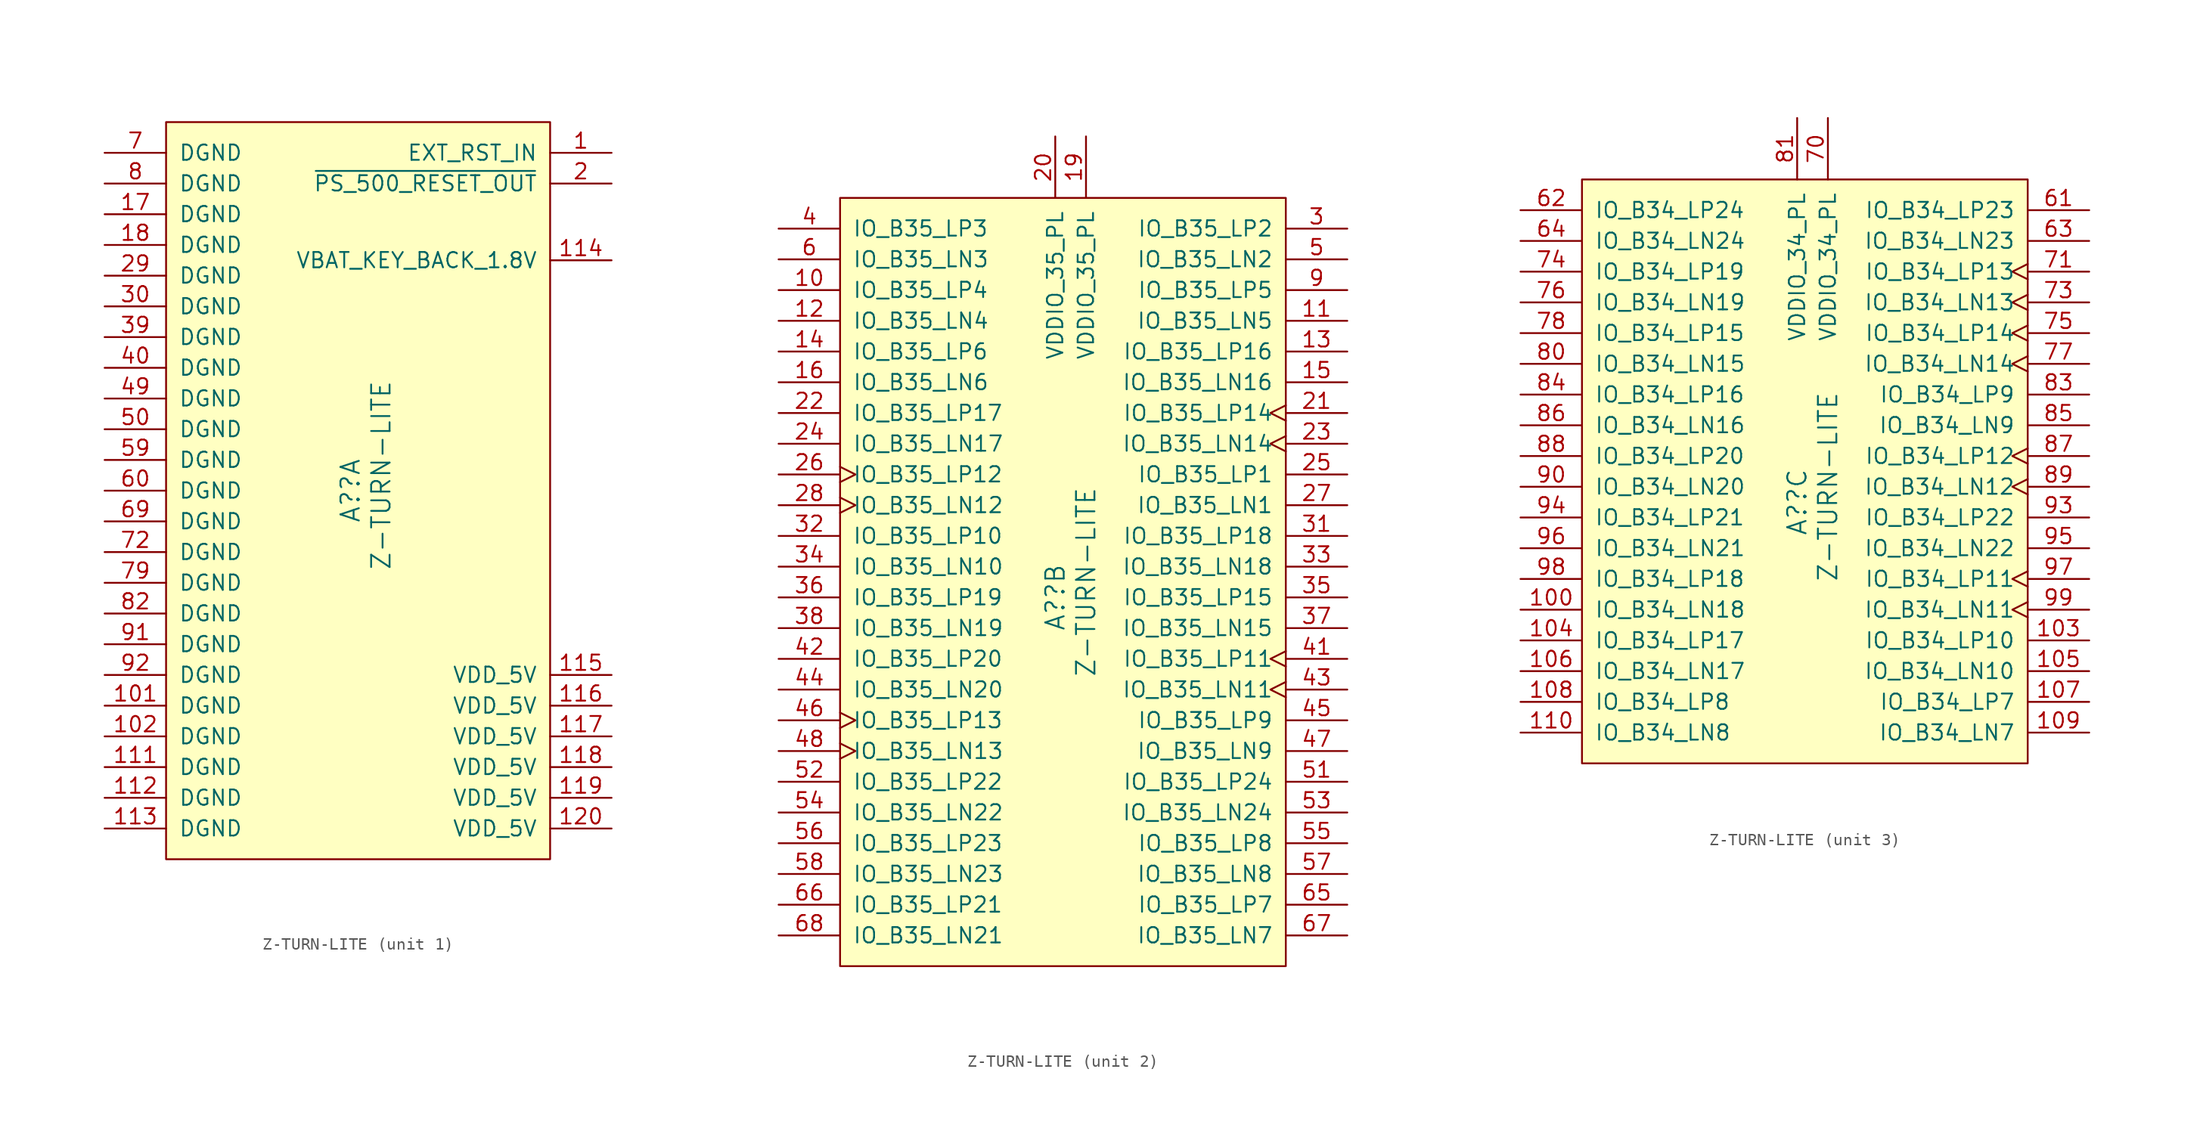
<source format=kicad_sym>
(kicad_symbol_lib
  (version 20220914)
  (generator kicad_symbol_editor)
  (symbol "Z-TURN-LITE"
    (pin_names
      (offset 1.016))
    (property "Reference" "A?"
      (at -1.27 0 90)
      (effects (font (size 1.524 1.524))))
    (property "Value" "Z-TURN-LITE"
      (at 1.27 1.27 90)
      (effects (font (size 1.524 1.524))))
    (property "ki_locked" ""
      (at 0 0 0)
      (effects (font (size 1.27 1.27))))
    (symbol "Z-TURN-LITE_1_1"
      (rectangle (start -16.51 30.48) (end 15.24 -30.48) (stroke (width 0) (type solid)) (fill (type background)))
      (pin input line (at 20.32 27.94 180) (length 5.08) (name "EXT_RST_IN" (effects (font (size 1.27 1.27)))) (number "1" (effects (font (size 1.27 1.27)))))
      (pin power_out line (at -21.59 -17.78 0) (length 5.08) (name "DGND" (effects (font (size 1.27 1.27)))) (number "101" (effects (font (size 1.27 1.27)))))
      (pin power_out line (at -21.59 -20.32 0) (length 5.08) (name "DGND" (effects (font (size 1.27 1.27)))) (number "102" (effects (font (size 1.27 1.27)))))
      (pin power_out line (at -21.59 -22.86 0) (length 5.08) (name "DGND" (effects (font (size 1.27 1.27)))) (number "111" (effects (font (size 1.27 1.27)))))
      (pin power_out line (at -21.59 -25.4 0) (length 5.08) (name "DGND" (effects (font (size 1.27 1.27)))) (number "112" (effects (font (size 1.27 1.27)))))
      (pin power_out line (at -21.59 -27.94 0) (length 5.08) (name "DGND" (effects (font (size 1.27 1.27)))) (number "113" (effects (font (size 1.27 1.27)))))
      (pin power_in line (at 20.32 19.05 180) (length 5.08) (name "VBAT_KEY_BACK_1.8V" (effects (font (size 1.27 1.27)))) (number "114" (effects (font (size 1.27 1.27)))))
      (pin power_out line (at 20.32 -15.24 180) (length 5.08) (name "VDD_5V" (effects (font (size 1.27 1.27)))) (number "115" (effects (font (size 1.27 1.27)))))
      (pin power_out line (at 20.32 -17.78 180) (length 5.08) (name "VDD_5V" (effects (font (size 1.27 1.27)))) (number "116" (effects (font (size 1.27 1.27)))))
      (pin power_out line (at 20.32 -20.32 180) (length 5.08) (name "VDD_5V" (effects (font (size 1.27 1.27)))) (number "117" (effects (font (size 1.27 1.27)))))
      (pin power_out line (at 20.32 -22.86 180) (length 5.08) (name "VDD_5V" (effects (font (size 1.27 1.27)))) (number "118" (effects (font (size 1.27 1.27)))))
      (pin power_out line (at 20.32 -25.4 180) (length 5.08) (name "VDD_5V" (effects (font (size 1.27 1.27)))) (number "119" (effects (font (size 1.27 1.27)))))
      (pin power_out line (at 20.32 -27.94 180) (length 5.08) (name "VDD_5V" (effects (font (size 1.27 1.27)))) (number "120" (effects (font (size 1.27 1.27)))))
      (pin power_out line (at -21.59 22.86 0) (length 5.08) (name "DGND" (effects (font (size 1.27 1.27)))) (number "17" (effects (font (size 1.27 1.27)))))
      (pin power_out line (at -21.59 20.32 0) (length 5.08) (name "DGND" (effects (font (size 1.27 1.27)))) (number "18" (effects (font (size 1.27 1.27)))))
      (pin output line (at 20.32 25.4 180) (length 5.08) (name "~{PS_500_RESET_OUT}" (effects (font (size 1.27 1.27)))) (number "2" (effects (font (size 1.27 1.27)))))
      (pin power_out line (at -21.59 17.78 0) (length 5.08) (name "DGND" (effects (font (size 1.27 1.27)))) (number "29" (effects (font (size 1.27 1.27)))))
      (pin power_out line (at -21.59 15.24 0) (length 5.08) (name "DGND" (effects (font (size 1.27 1.27)))) (number "30" (effects (font (size 1.27 1.27)))))
      (pin power_out line (at -21.59 12.7 0) (length 5.08) (name "DGND" (effects (font (size 1.27 1.27)))) (number "39" (effects (font (size 1.27 1.27)))))
      (pin power_out line (at -21.59 10.16 0) (length 5.08) (name "DGND" (effects (font (size 1.27 1.27)))) (number "40" (effects (font (size 1.27 1.27)))))
      (pin power_out line (at -21.59 7.62 0) (length 5.08) (name "DGND" (effects (font (size 1.27 1.27)))) (number "49" (effects (font (size 1.27 1.27)))))
      (pin power_out line (at -21.59 5.08 0) (length 5.08) (name "DGND" (effects (font (size 1.27 1.27)))) (number "50" (effects (font (size 1.27 1.27)))))
      (pin power_out line (at -21.59 2.54 0) (length 5.08) (name "DGND" (effects (font (size 1.27 1.27)))) (number "59" (effects (font (size 1.27 1.27)))))
      (pin power_out line (at -21.59 0 0) (length 5.08) (name "DGND" (effects (font (size 1.27 1.27)))) (number "60" (effects (font (size 1.27 1.27)))))
      (pin power_out line (at -21.59 -2.54 0) (length 5.08) (name "DGND" (effects (font (size 1.27 1.27)))) (number "69" (effects (font (size 1.27 1.27)))))
      (pin power_out line (at -21.59 27.94 0) (length 5.08) (name "DGND" (effects (font (size 1.27 1.27)))) (number "7" (effects (font (size 1.27 1.27)))))
      (pin power_out line (at -21.59 -5.08 0) (length 5.08) (name "DGND" (effects (font (size 1.27 1.27)))) (number "72" (effects (font (size 1.27 1.27)))))
      (pin power_out line (at -21.59 -7.62 0) (length 5.08) (name "DGND" (effects (font (size 1.27 1.27)))) (number "79" (effects (font (size 1.27 1.27)))))
      (pin power_out line (at -21.59 25.4 0) (length 5.08) (name "DGND" (effects (font (size 1.27 1.27)))) (number "8" (effects (font (size 1.27 1.27)))))
      (pin power_out line (at -21.59 -10.16 0) (length 5.08) (name "DGND" (effects (font (size 1.27 1.27)))) (number "82" (effects (font (size 1.27 1.27)))))
      (pin power_out line (at -21.59 -12.7 0) (length 5.08) (name "DGND" (effects (font (size 1.27 1.27)))) (number "91" (effects (font (size 1.27 1.27)))))
      (pin power_out line (at -21.59 -15.24 0) (length 5.08) (name "DGND" (effects (font (size 1.27 1.27)))) (number "92" (effects (font (size 1.27 1.27))))))
    (symbol "Z-TURN-LITE_2_1"
      (rectangle (start -19.05 33.02) (end 17.78 -30.48) (stroke (width 0) (type default)) (fill (type background)))
      (pin bidirectional line (at -24.13 25.4 0) (length 5.08) (name "IO_B35_LP4" (effects (font (size 1.27 1.27)))) (number "10" (effects (font (size 1.27 1.27)))))
      (pin bidirectional line (at 22.86 22.86 180) (length 5.08) (name "IO_B35_LN5" (effects (font (size 1.27 1.27)))) (number "11" (effects (font (size 1.27 1.27)))))
      (pin bidirectional line (at -24.13 22.86 0) (length 5.08) (name "IO_B35_LN4" (effects (font (size 1.27 1.27)))) (number "12" (effects (font (size 1.27 1.27)))))
      (pin bidirectional line (at 22.86 20.32 180) (length 5.08) (name "IO_B35_LP16" (effects (font (size 1.27 1.27)))) (number "13" (effects (font (size 1.27 1.27)))))
      (pin bidirectional line (at -24.13 20.32 0) (length 5.08) (name "IO_B35_LP6" (effects (font (size 1.27 1.27)))) (number "14" (effects (font (size 1.27 1.27)))))
      (pin bidirectional line (at 22.86 17.78 180) (length 5.08) (name "IO_B35_LN16" (effects (font (size 1.27 1.27)))) (number "15" (effects (font (size 1.27 1.27)))))
      (pin bidirectional line (at -24.13 17.78 0) (length 5.08) (name "IO_B35_LN6" (effects (font (size 1.27 1.27)))) (number "16" (effects (font (size 1.27 1.27)))))
      (pin power_out line (at 1.27 38.1 270) (length 5.08) (name "VDDIO_35_PL" (effects (font (size 1.27 1.27)))) (number "19" (effects (font (size 1.27 1.27)))))
      (pin power_out line (at -1.27 38.1 270) (length 5.08) (name "VDDIO_35_PL" (effects (font (size 1.27 1.27)))) (number "20" (effects (font (size 1.27 1.27)))))
      (pin bidirectional clock (at 22.86 15.24 180) (length 5.08) (name "IO_B35_LP14" (effects (font (size 1.27 1.27)))) (number "21" (effects (font (size 1.27 1.27)))))
      (pin bidirectional line (at -24.13 15.24 0) (length 5.08) (name "IO_B35_LP17" (effects (font (size 1.27 1.27)))) (number "22" (effects (font (size 1.27 1.27)))))
      (pin bidirectional clock (at 22.86 12.7 180) (length 5.08) (name "IO_B35_LN14" (effects (font (size 1.27 1.27)))) (number "23" (effects (font (size 1.27 1.27)))))
      (pin bidirectional line (at -24.13 12.7 0) (length 5.08) (name "IO_B35_LN17" (effects (font (size 1.27 1.27)))) (number "24" (effects (font (size 1.27 1.27)))))
      (pin bidirectional line (at 22.86 10.16 180) (length 5.08) (name "IO_B35_LP1" (effects (font (size 1.27 1.27)))) (number "25" (effects (font (size 1.27 1.27)))))
      (pin bidirectional clock (at -24.13 10.16 0) (length 5.08) (name "IO_B35_LP12" (effects (font (size 1.27 1.27)))) (number "26" (effects (font (size 1.27 1.27)))))
      (pin bidirectional line (at 22.86 7.62 180) (length 5.08) (name "IO_B35_LN1" (effects (font (size 1.27 1.27)))) (number "27" (effects (font (size 1.27 1.27)))))
      (pin bidirectional clock (at -24.13 7.62 0) (length 5.08) (name "IO_B35_LN12" (effects (font (size 1.27 1.27)))) (number "28" (effects (font (size 1.27 1.27)))))
      (pin bidirectional line (at 22.86 30.48 180) (length 5.08) (name "IO_B35_LP2" (effects (font (size 1.27 1.27)))) (number "3" (effects (font (size 1.27 1.27)))))
      (pin bidirectional line (at 22.86 5.08 180) (length 5.08) (name "IO_B35_LP18" (effects (font (size 1.27 1.27)))) (number "31" (effects (font (size 1.27 1.27)))))
      (pin bidirectional line (at -24.13 5.08 0) (length 5.08) (name "IO_B35_LP10" (effects (font (size 1.27 1.27)))) (number "32" (effects (font (size 1.27 1.27)))))
      (pin bidirectional line (at 22.86 2.54 180) (length 5.08) (name "IO_B35_LN18" (effects (font (size 1.27 1.27)))) (number "33" (effects (font (size 1.27 1.27)))))
      (pin bidirectional line (at -24.13 2.54 0) (length 5.08) (name "IO_B35_LN10" (effects (font (size 1.27 1.27)))) (number "34" (effects (font (size 1.27 1.27)))))
      (pin bidirectional line (at 22.86 0 180) (length 5.08) (name "IO_B35_LP15" (effects (font (size 1.27 1.27)))) (number "35" (effects (font (size 1.27 1.27)))))
      (pin bidirectional line (at -24.13 0 0) (length 5.08) (name "IO_B35_LP19" (effects (font (size 1.27 1.27)))) (number "36" (effects (font (size 1.27 1.27)))))
      (pin bidirectional line (at 22.86 -2.54 180) (length 5.08) (name "IO_B35_LN15" (effects (font (size 1.27 1.27)))) (number "37" (effects (font (size 1.27 1.27)))))
      (pin bidirectional line (at -24.13 -2.54 0) (length 5.08) (name "IO_B35_LN19" (effects (font (size 1.27 1.27)))) (number "38" (effects (font (size 1.27 1.27)))))
      (pin bidirectional line (at -24.13 30.48 0) (length 5.08) (name "IO_B35_LP3" (effects (font (size 1.27 1.27)))) (number "4" (effects (font (size 1.27 1.27)))))
      (pin bidirectional clock (at 22.86 -5.08 180) (length 5.08) (name "IO_B35_LP11" (effects (font (size 1.27 1.27)))) (number "41" (effects (font (size 1.27 1.27)))))
      (pin bidirectional line (at -24.13 -5.08 0) (length 5.08) (name "IO_B35_LP20" (effects (font (size 1.27 1.27)))) (number "42" (effects (font (size 1.27 1.27)))))
      (pin bidirectional clock (at 22.86 -7.62 180) (length 5.08) (name "IO_B35_LN11" (effects (font (size 1.27 1.27)))) (number "43" (effects (font (size 1.27 1.27)))))
      (pin bidirectional line (at -24.13 -7.62 0) (length 5.08) (name "IO_B35_LN20" (effects (font (size 1.27 1.27)))) (number "44" (effects (font (size 1.27 1.27)))))
      (pin bidirectional line (at 22.86 -10.16 180) (length 5.08) (name "IO_B35_LP9" (effects (font (size 1.27 1.27)))) (number "45" (effects (font (size 1.27 1.27)))))
      (pin bidirectional clock (at -24.13 -10.16 0) (length 5.08) (name "IO_B35_LP13" (effects (font (size 1.27 1.27)))) (number "46" (effects (font (size 1.27 1.27)))))
      (pin bidirectional line (at 22.86 -12.7 180) (length 5.08) (name "IO_B35_LN9" (effects (font (size 1.27 1.27)))) (number "47" (effects (font (size 1.27 1.27)))))
      (pin bidirectional clock (at -24.13 -12.7 0) (length 5.08) (name "IO_B35_LN13" (effects (font (size 1.27 1.27)))) (number "48" (effects (font (size 1.27 1.27)))))
      (pin bidirectional line (at 22.86 27.94 180) (length 5.08) (name "IO_B35_LN2" (effects (font (size 1.27 1.27)))) (number "5" (effects (font (size 1.27 1.27)))))
      (pin bidirectional line (at 22.86 -15.24 180) (length 5.08) (name "IO_B35_LP24" (effects (font (size 1.27 1.27)))) (number "51" (effects (font (size 1.27 1.27)))))
      (pin bidirectional line (at -24.13 -15.24 0) (length 5.08) (name "IO_B35_LP22" (effects (font (size 1.27 1.27)))) (number "52" (effects (font (size 1.27 1.27)))))
      (pin bidirectional line (at 22.86 -17.78 180) (length 5.08) (name "IO_B35_LN24" (effects (font (size 1.27 1.27)))) (number "53" (effects (font (size 1.27 1.27)))))
      (pin bidirectional line (at -24.13 -17.78 0) (length 5.08) (name "IO_B35_LN22" (effects (font (size 1.27 1.27)))) (number "54" (effects (font (size 1.27 1.27)))))
      (pin bidirectional line (at 22.86 -20.32 180) (length 5.08) (name "IO_B35_LP8" (effects (font (size 1.27 1.27)))) (number "55" (effects (font (size 1.27 1.27)))))
      (pin bidirectional line (at -24.13 -20.32 0) (length 5.08) (name "IO_B35_LP23" (effects (font (size 1.27 1.27)))) (number "56" (effects (font (size 1.27 1.27)))))
      (pin bidirectional line (at 22.86 -22.86 180) (length 5.08) (name "IO_B35_LN8" (effects (font (size 1.27 1.27)))) (number "57" (effects (font (size 1.27 1.27)))))
      (pin bidirectional line (at -24.13 -22.86 0) (length 5.08) (name "IO_B35_LN23" (effects (font (size 1.27 1.27)))) (number "58" (effects (font (size 1.27 1.27)))))
      (pin bidirectional line (at -24.13 27.94 0) (length 5.08) (name "IO_B35_LN3" (effects (font (size 1.27 1.27)))) (number "6" (effects (font (size 1.27 1.27)))))
      (pin bidirectional line (at 22.86 -25.4 180) (length 5.08) (name "IO_B35_LP7" (effects (font (size 1.27 1.27)))) (number "65" (effects (font (size 1.27 1.27)))))
      (pin bidirectional line (at -24.13 -25.4 0) (length 5.08) (name "IO_B35_LP21" (effects (font (size 1.27 1.27)))) (number "66" (effects (font (size 1.27 1.27)))))
      (pin bidirectional line (at 22.86 -27.94 180) (length 5.08) (name "IO_B35_LN7" (effects (font (size 1.27 1.27)))) (number "67" (effects (font (size 1.27 1.27)))))
      (pin bidirectional line (at -24.13 -27.94 0) (length 5.08) (name "IO_B35_LN21" (effects (font (size 1.27 1.27)))) (number "68" (effects (font (size 1.27 1.27)))))
      (pin bidirectional line (at 22.86 25.4 180) (length 5.08) (name "IO_B35_LP5" (effects (font (size 1.27 1.27)))) (number "9" (effects (font (size 1.27 1.27))))))
    (symbol "Z-TURN-LITE_3_1"
      (rectangle (start -19.05 26.67) (end 17.78 -21.59) (stroke (width 0) (type default)) (fill (type background)))
      (pin bidirectional line (at -24.13 -8.89 0) (length 5.08) (name "IO_B34_LN18" (effects (font (size 1.27 1.27)))) (number "100" (effects (font (size 1.27 1.27)))))
      (pin bidirectional line (at 22.86 -11.43 180) (length 5.08) (name "IO_B34_LP10" (effects (font (size 1.27 1.27)))) (number "103" (effects (font (size 1.27 1.27)))))
      (pin bidirectional line (at -24.13 -11.43 0) (length 5.08) (name "IO_B34_LP17" (effects (font (size 1.27 1.27)))) (number "104" (effects (font (size 1.27 1.27)))))
      (pin bidirectional line (at 22.86 -13.97 180) (length 5.08) (name "IO_B34_LN10" (effects (font (size 1.27 1.27)))) (number "105" (effects (font (size 1.27 1.27)))))
      (pin bidirectional line (at -24.13 -13.97 0) (length 5.08) (name "IO_B34_LN17" (effects (font (size 1.27 1.27)))) (number "106" (effects (font (size 1.27 1.27)))))
      (pin bidirectional line (at 22.86 -16.51 180) (length 5.08) (name "IO_B34_LP7" (effects (font (size 1.27 1.27)))) (number "107" (effects (font (size 1.27 1.27)))))
      (pin bidirectional line (at -24.13 -16.51 0) (length 5.08) (name "IO_B34_LP8" (effects (font (size 1.27 1.27)))) (number "108" (effects (font (size 1.27 1.27)))))
      (pin bidirectional line (at 22.86 -19.05 180) (length 5.08) (name "IO_B34_LN7" (effects (font (size 1.27 1.27)))) (number "109" (effects (font (size 1.27 1.27)))))
      (pin bidirectional line (at -24.13 -19.05 0) (length 5.08) (name "IO_B34_LN8" (effects (font (size 1.27 1.27)))) (number "110" (effects (font (size 1.27 1.27)))))
      (pin bidirectional line (at 22.86 24.13 180) (length 5.08) (name "IO_B34_LP23" (effects (font (size 1.27 1.27)))) (number "61" (effects (font (size 1.27 1.27)))))
      (pin bidirectional line (at -24.13 24.13 0) (length 5.08) (name "IO_B34_LP24" (effects (font (size 1.27 1.27)))) (number "62" (effects (font (size 1.27 1.27)))))
      (pin bidirectional line (at 22.86 21.59 180) (length 5.08) (name "IO_B34_LN23" (effects (font (size 1.27 1.27)))) (number "63" (effects (font (size 1.27 1.27)))))
      (pin bidirectional line (at -24.13 21.59 0) (length 5.08) (name "IO_B34_LN24" (effects (font (size 1.27 1.27)))) (number "64" (effects (font (size 1.27 1.27)))))
      (pin power_out line (at 1.27 31.75 270) (length 5.08) (name "VDDIO_34_PL" (effects (font (size 1.27 1.27)))) (number "70" (effects (font (size 1.27 1.27)))))
      (pin bidirectional clock (at 22.86 19.05 180) (length 5.08) (name "IO_B34_LP13" (effects (font (size 1.27 1.27)))) (number "71" (effects (font (size 1.27 1.27)))))
      (pin bidirectional clock (at 22.86 16.51 180) (length 5.08) (name "IO_B34_LN13" (effects (font (size 1.27 1.27)))) (number "73" (effects (font (size 1.27 1.27)))))
      (pin bidirectional line (at -24.13 19.05 0) (length 5.08) (name "IO_B34_LP19" (effects (font (size 1.27 1.27)))) (number "74" (effects (font (size 1.27 1.27)))))
      (pin bidirectional clock (at 22.86 13.97 180) (length 5.08) (name "IO_B34_LP14" (effects (font (size 1.27 1.27)))) (number "75" (effects (font (size 1.27 1.27)))))
      (pin bidirectional line (at -24.13 16.51 0) (length 5.08) (name "IO_B34_LN19" (effects (font (size 1.27 1.27)))) (number "76" (effects (font (size 1.27 1.27)))))
      (pin bidirectional clock (at 22.86 11.43 180) (length 5.08) (name "IO_B34_LN14" (effects (font (size 1.27 1.27)))) (number "77" (effects (font (size 1.27 1.27)))))
      (pin bidirectional line (at -24.13 13.97 0) (length 5.08) (name "IO_B34_LP15" (effects (font (size 1.27 1.27)))) (number "78" (effects (font (size 1.27 1.27)))))
      (pin bidirectional line (at -24.13 11.43 0) (length 5.08) (name "IO_B34_LN15" (effects (font (size 1.27 1.27)))) (number "80" (effects (font (size 1.27 1.27)))))
      (pin power_out line (at -1.27 31.75 270) (length 5.08) (name "VDDIO_34_PL" (effects (font (size 1.27 1.27)))) (number "81" (effects (font (size 1.27 1.27)))))
      (pin bidirectional line (at 22.86 8.89 180) (length 5.08) (name "IO_B34_LP9" (effects (font (size 1.27 1.27)))) (number "83" (effects (font (size 1.27 1.27)))))
      (pin bidirectional line (at -24.13 8.89 0) (length 5.08) (name "IO_B34_LP16" (effects (font (size 1.27 1.27)))) (number "84" (effects (font (size 1.27 1.27)))))
      (pin bidirectional line (at 22.86 6.35 180) (length 5.08) (name "IO_B34_LN9" (effects (font (size 1.27 1.27)))) (number "85" (effects (font (size 1.27 1.27)))))
      (pin bidirectional line (at -24.13 6.35 0) (length 5.08) (name "IO_B34_LN16" (effects (font (size 1.27 1.27)))) (number "86" (effects (font (size 1.27 1.27)))))
      (pin bidirectional clock (at 22.86 3.81 180) (length 5.08) (name "IO_B34_LP12" (effects (font (size 1.27 1.27)))) (number "87" (effects (font (size 1.27 1.27)))))
      (pin bidirectional line (at -24.13 3.81 0) (length 5.08) (name "IO_B34_LP20" (effects (font (size 1.27 1.27)))) (number "88" (effects (font (size 1.27 1.27)))))
      (pin bidirectional clock (at 22.86 1.27 180) (length 5.08) (name "IO_B34_LN12" (effects (font (size 1.27 1.27)))) (number "89" (effects (font (size 1.27 1.27)))))
      (pin bidirectional line (at -24.13 1.27 0) (length 5.08) (name "IO_B34_LN20" (effects (font (size 1.27 1.27)))) (number "90" (effects (font (size 1.27 1.27)))))
      (pin bidirectional line (at 22.86 -1.27 180) (length 5.08) (name "IO_B34_LP22" (effects (font (size 1.27 1.27)))) (number "93" (effects (font (size 1.27 1.27)))))
      (pin bidirectional line (at -24.13 -1.27 0) (length 5.08) (name "IO_B34_LP21" (effects (font (size 1.27 1.27)))) (number "94" (effects (font (size 1.27 1.27)))))
      (pin bidirectional line (at 22.86 -3.81 180) (length 5.08) (name "IO_B34_LN22" (effects (font (size 1.27 1.27)))) (number "95" (effects (font (size 1.27 1.27)))))
      (pin bidirectional line (at -24.13 -3.81 0) (length 5.08) (name "IO_B34_LN21" (effects (font (size 1.27 1.27)))) (number "96" (effects (font (size 1.27 1.27)))))
      (pin bidirectional clock (at 22.86 -6.35 180) (length 5.08) (name "IO_B34_LP11" (effects (font (size 1.27 1.27)))) (number "97" (effects (font (size 1.27 1.27)))))
      (pin bidirectional line (at -24.13 -6.35 0) (length 5.08) (name "IO_B34_LP18" (effects (font (size 1.27 1.27)))) (number "98" (effects (font (size 1.27 1.27)))))
      (pin bidirectional clock (at 22.86 -8.89 180) (length 5.08) (name "IO_B34_LN11" (effects (font (size 1.27 1.27)))) (number "99" (effects (font (size 1.27 1.27))))))))
</source>
